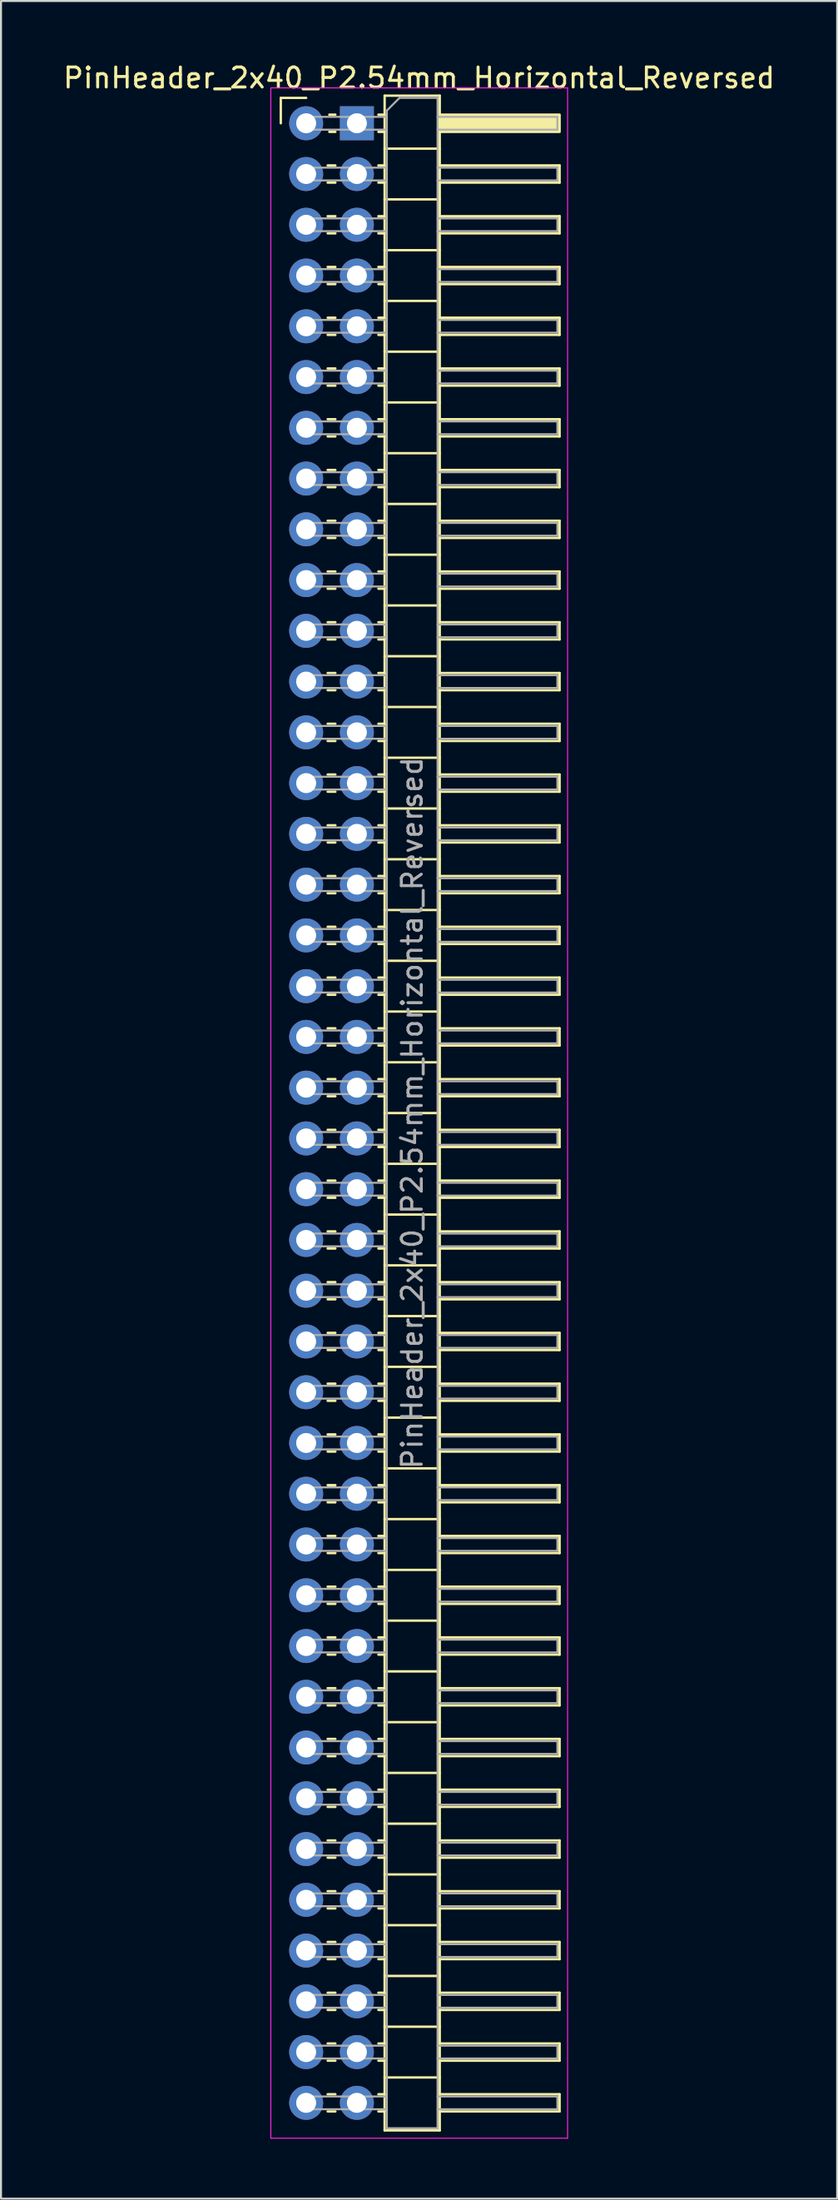
<source format=kicad_pcb>
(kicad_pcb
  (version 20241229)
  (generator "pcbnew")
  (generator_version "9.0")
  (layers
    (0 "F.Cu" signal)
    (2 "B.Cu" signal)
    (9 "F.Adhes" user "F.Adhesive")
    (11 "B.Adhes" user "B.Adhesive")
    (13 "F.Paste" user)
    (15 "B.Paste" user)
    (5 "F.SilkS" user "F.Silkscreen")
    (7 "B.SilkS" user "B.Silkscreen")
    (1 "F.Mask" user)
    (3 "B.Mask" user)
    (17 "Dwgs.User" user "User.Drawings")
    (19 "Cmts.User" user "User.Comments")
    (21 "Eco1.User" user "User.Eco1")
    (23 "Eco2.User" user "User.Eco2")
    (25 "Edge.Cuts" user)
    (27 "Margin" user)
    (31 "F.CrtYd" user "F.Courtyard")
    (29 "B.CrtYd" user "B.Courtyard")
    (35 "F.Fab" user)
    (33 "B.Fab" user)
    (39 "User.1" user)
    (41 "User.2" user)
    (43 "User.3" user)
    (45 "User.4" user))
  (footprint "PinHeader_2x40_P2.54mm_Horizontal_Reversed"
    (layer "F.Cu")
    (at 12.28 3.118)
    (property "Reference" "PinHeader_2x40_P2.54mm_Horizontal_Reversed" (at 5.655 -2.27 0) (layer "F.SilkS") (effects (font (size 1 1) (thickness 0.15))))
    (attr through_hole)
    (fp_line (start -1.27 -1.27) (end 0 -1.27) (stroke (width 0.12) (type solid)) (layer "F.SilkS"))
    (fp_line (start -1.27 0) (end -1.27 -1.27) (stroke (width 0.12) (type solid)) (layer "F.SilkS"))
    (fp_line (start 1.077 2.11) (end 1.463 2.11) (stroke (width 0.12) (type solid)) (layer "F.SilkS"))
    (fp_line (start 1.077 2.97) (end 1.463 2.97) (stroke (width 0.12) (type solid)) (layer "F.SilkS"))
    (fp_line (start 1.077 4.65) (end 1.463 4.65) (stroke (width 0.12) (type solid)) (layer "F.SilkS"))
    (fp_line (start 1.077 5.51) (end 1.463 5.51) (stroke (width 0.12) (type solid)) (layer "F.SilkS"))
    (fp_line (start 1.077 7.19) (end 1.463 7.19) (stroke (width 0.12) (type solid)) (layer "F.SilkS"))
    (fp_line (start 1.077 8.05) (end 1.463 8.05) (stroke (width 0.12) (type solid)) (layer "F.SilkS"))
    (fp_line (start 1.077 9.73) (end 1.463 9.73) (stroke (width 0.12) (type solid)) (layer "F.SilkS"))
    (fp_line (start 1.077 10.59) (end 1.463 10.59) (stroke (width 0.12) (type solid)) (layer "F.SilkS"))
    (fp_line (start 1.077 12.27) (end 1.463 12.27) (stroke (width 0.12) (type solid)) (layer "F.SilkS"))
    (fp_line (start 1.077 13.13) (end 1.463 13.13) (stroke (width 0.12) (type solid)) (layer "F.SilkS"))
    (fp_line (start 1.077 14.81) (end 1.463 14.81) (stroke (width 0.12) (type solid)) (layer "F.SilkS"))
    (fp_line (start 1.077 15.67) (end 1.463 15.67) (stroke (width 0.12) (type solid)) (layer "F.SilkS"))
    (fp_line (start 1.077 17.35) (end 1.463 17.35) (stroke (width 0.12) (type solid)) (layer "F.SilkS"))
    (fp_line (start 1.077 18.21) (end 1.463 18.21) (stroke (width 0.12) (type solid)) (layer "F.SilkS"))
    (fp_line (start 1.077 19.89) (end 1.463 19.89) (stroke (width 0.12) (type solid)) (layer "F.SilkS"))
    (fp_line (start 1.077 20.75) (end 1.463 20.75) (stroke (width 0.12) (type solid)) (layer "F.SilkS"))
    (fp_line (start 1.077 22.43) (end 1.463 22.43) (stroke (width 0.12) (type solid)) (layer "F.SilkS"))
    (fp_line (start 1.077 23.29) (end 1.463 23.29) (stroke (width 0.12) (type solid)) (layer "F.SilkS"))
    (fp_line (start 1.077 24.97) (end 1.463 24.97) (stroke (width 0.12) (type solid)) (layer "F.SilkS"))
    (fp_line (start 1.077 25.83) (end 1.463 25.83) (stroke (width 0.12) (type solid)) (layer "F.SilkS"))
    (fp_line (start 1.077 27.51) (end 1.463 27.51) (stroke (width 0.12) (type solid)) (layer "F.SilkS"))
    (fp_line (start 1.077 28.37) (end 1.463 28.37) (stroke (width 0.12) (type solid)) (layer "F.SilkS"))
    (fp_line (start 1.077 30.05) (end 1.463 30.05) (stroke (width 0.12) (type solid)) (layer "F.SilkS"))
    (fp_line (start 1.077 30.91) (end 1.463 30.91) (stroke (width 0.12) (type solid)) (layer "F.SilkS"))
    (fp_line (start 1.077 32.59) (end 1.463 32.59) (stroke (width 0.12) (type solid)) (layer "F.SilkS"))
    (fp_line (start 1.077 33.45) (end 1.463 33.45) (stroke (width 0.12) (type solid)) (layer "F.SilkS"))
    (fp_line (start 1.077 35.13) (end 1.463 35.13) (stroke (width 0.12) (type solid)) (layer "F.SilkS"))
    (fp_line (start 1.077 35.99) (end 1.463 35.99) (stroke (width 0.12) (type solid)) (layer "F.SilkS"))
    (fp_line (start 1.077 37.67) (end 1.463 37.67) (stroke (width 0.12) (type solid)) (layer "F.SilkS"))
    (fp_line (start 1.077 38.53) (end 1.463 38.53) (stroke (width 0.12) (type solid)) (layer "F.SilkS"))
    (fp_line (start 1.077 40.21) (end 1.463 40.21) (stroke (width 0.12) (type solid)) (layer "F.SilkS"))
    (fp_line (start 1.077 41.07) (end 1.463 41.07) (stroke (width 0.12) (type solid)) (layer "F.SilkS"))
    (fp_line (start 1.077 42.75) (end 1.463 42.75) (stroke (width 0.12) (type solid)) (layer "F.SilkS"))
    (fp_line (start 1.077 43.61) (end 1.463 43.61) (stroke (width 0.12) (type solid)) (layer "F.SilkS"))
    (fp_line (start 1.077 45.29) (end 1.463 45.29) (stroke (width 0.12) (type solid)) (layer "F.SilkS"))
    (fp_line (start 1.077 46.15) (end 1.463 46.15) (stroke (width 0.12) (type solid)) (layer "F.SilkS"))
    (fp_line (start 1.077 47.83) (end 1.463 47.83) (stroke (width 0.12) (type solid)) (layer "F.SilkS"))
    (fp_line (start 1.077 48.69) (end 1.463 48.69) (stroke (width 0.12) (type solid)) (layer "F.SilkS"))
    (fp_line (start 1.077 50.37) (end 1.463 50.37) (stroke (width 0.12) (type solid)) (layer "F.SilkS"))
    (fp_line (start 1.077 51.23) (end 1.463 51.23) (stroke (width 0.12) (type solid)) (layer "F.SilkS"))
    (fp_line (start 1.077 52.91) (end 1.463 52.91) (stroke (width 0.12) (type solid)) (layer "F.SilkS"))
    (fp_line (start 1.077 53.77) (end 1.463 53.77) (stroke (width 0.12) (type solid)) (layer "F.SilkS"))
    (fp_line (start 1.077 55.45) (end 1.463 55.45) (stroke (width 0.12) (type solid)) (layer "F.SilkS"))
    (fp_line (start 1.077 56.31) (end 1.463 56.31) (stroke (width 0.12) (type solid)) (layer "F.SilkS"))
    (fp_line (start 1.077 57.99) (end 1.463 57.99) (stroke (width 0.12) (type solid)) (layer "F.SilkS"))
    (fp_line (start 1.077 58.85) (end 1.463 58.85) (stroke (width 0.12) (type solid)) (layer "F.SilkS"))
    (fp_line (start 1.077 60.53) (end 1.463 60.53) (stroke (width 0.12) (type solid)) (layer "F.SilkS"))
    (fp_line (start 1.077 61.39) (end 1.463 61.39) (stroke (width 0.12) (type solid)) (layer "F.SilkS"))
    (fp_line (start 1.077 63.07) (end 1.463 63.07) (stroke (width 0.12) (type solid)) (layer "F.SilkS"))
    (fp_line (start 1.077 63.93) (end 1.463 63.93) (stroke (width 0.12) (type solid)) (layer "F.SilkS"))
    (fp_line (start 1.077 65.61) (end 1.463 65.61) (stroke (width 0.12) (type solid)) (layer "F.SilkS"))
    (fp_line (start 1.077 66.47) (end 1.463 66.47) (stroke (width 0.12) (type solid)) (layer "F.SilkS"))
    (fp_line (start 1.077 68.15) (end 1.463 68.15) (stroke (width 0.12) (type solid)) (layer "F.SilkS"))
    (fp_line (start 1.077 69.01) (end 1.463 69.01) (stroke (width 0.12) (type solid)) (layer "F.SilkS"))
    (fp_line (start 1.077 70.69) (end 1.463 70.69) (stroke (width 0.12) (type solid)) (layer "F.SilkS"))
    (fp_line (start 1.077 71.55) (end 1.463 71.55) (stroke (width 0.12) (type solid)) (layer "F.SilkS"))
    (fp_line (start 1.077 73.23) (end 1.463 73.23) (stroke (width 0.12) (type solid)) (layer "F.SilkS"))
    (fp_line (start 1.077 74.09) (end 1.463 74.09) (stroke (width 0.12) (type solid)) (layer "F.SilkS"))
    (fp_line (start 1.077 75.77) (end 1.463 75.77) (stroke (width 0.12) (type solid)) (layer "F.SilkS"))
    (fp_line (start 1.077 76.63) (end 1.463 76.63) (stroke (width 0.12) (type solid)) (layer "F.SilkS"))
    (fp_line (start 1.077 78.31) (end 1.463 78.31) (stroke (width 0.12) (type solid)) (layer "F.SilkS"))
    (fp_line (start 1.077 79.17) (end 1.463 79.17) (stroke (width 0.12) (type solid)) (layer "F.SilkS"))
    (fp_line (start 1.077 80.85) (end 1.463 80.85) (stroke (width 0.12) (type solid)) (layer "F.SilkS"))
    (fp_line (start 1.077 81.71) (end 1.463 81.71) (stroke (width 0.12) (type solid)) (layer "F.SilkS"))
    (fp_line (start 1.077 83.39) (end 1.463 83.39) (stroke (width 0.12) (type solid)) (layer "F.SilkS"))
    (fp_line (start 1.077 84.25) (end 1.463 84.25) (stroke (width 0.12) (type solid)) (layer "F.SilkS"))
    (fp_line (start 1.077 85.93) (end 1.463 85.93) (stroke (width 0.12) (type solid)) (layer "F.SilkS"))
    (fp_line (start 1.077 86.79) (end 1.463 86.79) (stroke (width 0.12) (type solid)) (layer "F.SilkS"))
    (fp_line (start 1.077 88.47) (end 1.463 88.47) (stroke (width 0.12) (type solid)) (layer "F.SilkS"))
    (fp_line (start 1.077 89.33) (end 1.463 89.33) (stroke (width 0.12) (type solid)) (layer "F.SilkS"))
    (fp_line (start 1.077 91.01) (end 1.463 91.01) (stroke (width 0.12) (type solid)) (layer "F.SilkS"))
    (fp_line (start 1.077 91.87) (end 1.463 91.87) (stroke (width 0.12) (type solid)) (layer "F.SilkS"))
    (fp_line (start 1.077 93.55) (end 1.463 93.55) (stroke (width 0.12) (type solid)) (layer "F.SilkS"))
    (fp_line (start 1.077 94.41) (end 1.463 94.41) (stroke (width 0.12) (type solid)) (layer "F.SilkS"))
    (fp_line (start 1.077 96.09) (end 1.463 96.09) (stroke (width 0.12) (type solid)) (layer "F.SilkS"))
    (fp_line (start 1.077 96.95) (end 1.463 96.95) (stroke (width 0.12) (type solid)) (layer "F.SilkS"))
    (fp_line (start 1.077 98.63) (end 1.463 98.63) (stroke (width 0.12) (type solid)) (layer "F.SilkS"))
    (fp_line (start 1.077 99.49) (end 1.463 99.49) (stroke (width 0.12) (type solid)) (layer "F.SilkS"))
    (fp_line (start 1.16 -0.43) (end 1.463 -0.43) (stroke (width 0.12) (type solid)) (layer "F.SilkS"))
    (fp_line (start 1.16 0.43) (end 1.463 0.43) (stroke (width 0.12) (type solid)) (layer "F.SilkS"))
    (fp_line (start 3.617 -0.43) (end 3.93 -0.43) (stroke (width 0.12) (type solid)) (layer "F.SilkS"))
    (fp_line (start 3.617 0.43) (end 3.93 0.43) (stroke (width 0.12) (type solid)) (layer "F.SilkS"))
    (fp_line (start 3.617 2.11) (end 3.93 2.11) (stroke (width 0.12) (type solid)) (layer "F.SilkS"))
    (fp_line (start 3.617 2.97) (end 3.93 2.97) (stroke (width 0.12) (type solid)) (layer "F.SilkS"))
    (fp_line (start 3.617 4.65) (end 3.93 4.65) (stroke (width 0.12) (type solid)) (layer "F.SilkS"))
    (fp_line (start 3.617 5.51) (end 3.93 5.51) (stroke (width 0.12) (type solid)) (layer "F.SilkS"))
    (fp_line (start 3.617 7.19) (end 3.93 7.19) (stroke (width 0.12) (type solid)) (layer "F.SilkS"))
    (fp_line (start 3.617 8.05) (end 3.93 8.05) (stroke (width 0.12) (type solid)) (layer "F.SilkS"))
    (fp_line (start 3.617 9.73) (end 3.93 9.73) (stroke (width 0.12) (type solid)) (layer "F.SilkS"))
    (fp_line (start 3.617 10.59) (end 3.93 10.59) (stroke (width 0.12) (type solid)) (layer "F.SilkS"))
    (fp_line (start 3.617 12.27) (end 3.93 12.27) (stroke (width 0.12) (type solid)) (layer "F.SilkS"))
    (fp_line (start 3.617 13.13) (end 3.93 13.13) (stroke (width 0.12) (type solid)) (layer "F.SilkS"))
    (fp_line (start 3.617 14.81) (end 3.93 14.81) (stroke (width 0.12) (type solid)) (layer "F.SilkS"))
    (fp_line (start 3.617 15.67) (end 3.93 15.67) (stroke (width 0.12) (type solid)) (layer "F.SilkS"))
    (fp_line (start 3.617 17.35) (end 3.93 17.35) (stroke (width 0.12) (type solid)) (layer "F.SilkS"))
    (fp_line (start 3.617 18.21) (end 3.93 18.21) (stroke (width 0.12) (type solid)) (layer "F.SilkS"))
    (fp_line (start 3.617 19.89) (end 3.93 19.89) (stroke (width 0.12) (type solid)) (layer "F.SilkS"))
    (fp_line (start 3.617 20.75) (end 3.93 20.75) (stroke (width 0.12) (type solid)) (layer "F.SilkS"))
    (fp_line (start 3.617 22.43) (end 3.93 22.43) (stroke (width 0.12) (type solid)) (layer "F.SilkS"))
    (fp_line (start 3.617 23.29) (end 3.93 23.29) (stroke (width 0.12) (type solid)) (layer "F.SilkS"))
    (fp_line (start 3.617 24.97) (end 3.93 24.97) (stroke (width 0.12) (type solid)) (layer "F.SilkS"))
    (fp_line (start 3.617 25.83) (end 3.93 25.83) (stroke (width 0.12) (type solid)) (layer "F.SilkS"))
    (fp_line (start 3.617 27.51) (end 3.93 27.51) (stroke (width 0.12) (type solid)) (layer "F.SilkS"))
    (fp_line (start 3.617 28.37) (end 3.93 28.37) (stroke (width 0.12) (type solid)) (layer "F.SilkS"))
    (fp_line (start 3.617 30.05) (end 3.93 30.05) (stroke (width 0.12) (type solid)) (layer "F.SilkS"))
    (fp_line (start 3.617 30.91) (end 3.93 30.91) (stroke (width 0.12) (type solid)) (layer "F.SilkS"))
    (fp_line (start 3.617 32.59) (end 3.93 32.59) (stroke (width 0.12) (type solid)) (layer "F.SilkS"))
    (fp_line (start 3.617 33.45) (end 3.93 33.45) (stroke (width 0.12) (type solid)) (layer "F.SilkS"))
    (fp_line (start 3.617 35.13) (end 3.93 35.13) (stroke (width 0.12) (type solid)) (layer "F.SilkS"))
    (fp_line (start 3.617 35.99) (end 3.93 35.99) (stroke (width 0.12) (type solid)) (layer "F.SilkS"))
    (fp_line (start 3.617 37.67) (end 3.93 37.67) (stroke (width 0.12) (type solid)) (layer "F.SilkS"))
    (fp_line (start 3.617 38.53) (end 3.93 38.53) (stroke (width 0.12) (type solid)) (layer "F.SilkS"))
    (fp_line (start 3.617 40.21) (end 3.93 40.21) (stroke (width 0.12) (type solid)) (layer "F.SilkS"))
    (fp_line (start 3.617 41.07) (end 3.93 41.07) (stroke (width 0.12) (type solid)) (layer "F.SilkS"))
    (fp_line (start 3.617 42.75) (end 3.93 42.75) (stroke (width 0.12) (type solid)) (layer "F.SilkS"))
    (fp_line (start 3.617 43.61) (end 3.93 43.61) (stroke (width 0.12) (type solid)) (layer "F.SilkS"))
    (fp_line (start 3.617 45.29) (end 3.93 45.29) (stroke (width 0.12) (type solid)) (layer "F.SilkS"))
    (fp_line (start 3.617 46.15) (end 3.93 46.15) (stroke (width 0.12) (type solid)) (layer "F.SilkS"))
    (fp_line (start 3.617 47.83) (end 3.93 47.83) (stroke (width 0.12) (type solid)) (layer "F.SilkS"))
    (fp_line (start 3.617 48.69) (end 3.93 48.69) (stroke (width 0.12) (type solid)) (layer "F.SilkS"))
    (fp_line (start 3.617 50.37) (end 3.93 50.37) (stroke (width 0.12) (type solid)) (layer "F.SilkS"))
    (fp_line (start 3.617 51.23) (end 3.93 51.23) (stroke (width 0.12) (type solid)) (layer "F.SilkS"))
    (fp_line (start 3.617 52.91) (end 3.93 52.91) (stroke (width 0.12) (type solid)) (layer "F.SilkS"))
    (fp_line (start 3.617 53.77) (end 3.93 53.77) (stroke (width 0.12) (type solid)) (layer "F.SilkS"))
    (fp_line (start 3.617 55.45) (end 3.93 55.45) (stroke (width 0.12) (type solid)) (layer "F.SilkS"))
    (fp_line (start 3.617 56.31) (end 3.93 56.31) (stroke (width 0.12) (type solid)) (layer "F.SilkS"))
    (fp_line (start 3.617 57.99) (end 3.93 57.99) (stroke (width 0.12) (type solid)) (layer "F.SilkS"))
    (fp_line (start 3.617 58.85) (end 3.93 58.85) (stroke (width 0.12) (type solid)) (layer "F.SilkS"))
    (fp_line (start 3.617 60.53) (end 3.93 60.53) (stroke (width 0.12) (type solid)) (layer "F.SilkS"))
    (fp_line (start 3.617 61.39) (end 3.93 61.39) (stroke (width 0.12) (type solid)) (layer "F.SilkS"))
    (fp_line (start 3.617 63.07) (end 3.93 63.07) (stroke (width 0.12) (type solid)) (layer "F.SilkS"))
    (fp_line (start 3.617 63.93) (end 3.93 63.93) (stroke (width 0.12) (type solid)) (layer "F.SilkS"))
    (fp_line (start 3.617 65.61) (end 3.93 65.61) (stroke (width 0.12) (type solid)) (layer "F.SilkS"))
    (fp_line (start 3.617 66.47) (end 3.93 66.47) (stroke (width 0.12) (type solid)) (layer "F.SilkS"))
    (fp_line (start 3.617 68.15) (end 3.93 68.15) (stroke (width 0.12) (type solid)) (layer "F.SilkS"))
    (fp_line (start 3.617 69.01) (end 3.93 69.01) (stroke (width 0.12) (type solid)) (layer "F.SilkS"))
    (fp_line (start 3.617 70.69) (end 3.93 70.69) (stroke (width 0.12) (type solid)) (layer "F.SilkS"))
    (fp_line (start 3.617 71.55) (end 3.93 71.55) (stroke (width 0.12) (type solid)) (layer "F.SilkS"))
    (fp_line (start 3.617 73.23) (end 3.93 73.23) (stroke (width 0.12) (type solid)) (layer "F.SilkS"))
    (fp_line (start 3.617 74.09) (end 3.93 74.09) (stroke (width 0.12) (type solid)) (layer "F.SilkS"))
    (fp_line (start 3.617 75.77) (end 3.93 75.77) (stroke (width 0.12) (type solid)) (layer "F.SilkS"))
    (fp_line (start 3.617 76.63) (end 3.93 76.63) (stroke (width 0.12) (type solid)) (layer "F.SilkS"))
    (fp_line (start 3.617 78.31) (end 3.93 78.31) (stroke (width 0.12) (type solid)) (layer "F.SilkS"))
    (fp_line (start 3.617 79.17) (end 3.93 79.17) (stroke (width 0.12) (type solid)) (layer "F.SilkS"))
    (fp_line (start 3.617 80.85) (end 3.93 80.85) (stroke (width 0.12) (type solid)) (layer "F.SilkS"))
    (fp_line (start 3.617 81.71) (end 3.93 81.71) (stroke (width 0.12) (type solid)) (layer "F.SilkS"))
    (fp_line (start 3.617 83.39) (end 3.93 83.39) (stroke (width 0.12) (type solid)) (layer "F.SilkS"))
    (fp_line (start 3.617 84.25) (end 3.93 84.25) (stroke (width 0.12) (type solid)) (layer "F.SilkS"))
    (fp_line (start 3.617 85.93) (end 3.93 85.93) (stroke (width 0.12) (type solid)) (layer "F.SilkS"))
    (fp_line (start 3.617 86.79) (end 3.93 86.79) (stroke (width 0.12) (type solid)) (layer "F.SilkS"))
    (fp_line (start 3.617 88.47) (end 3.93 88.47) (stroke (width 0.12) (type solid)) (layer "F.SilkS"))
    (fp_line (start 3.617 89.33) (end 3.93 89.33) (stroke (width 0.12) (type solid)) (layer "F.SilkS"))
    (fp_line (start 3.617 91.01) (end 3.93 91.01) (stroke (width 0.12) (type solid)) (layer "F.SilkS"))
    (fp_line (start 3.617 91.87) (end 3.93 91.87) (stroke (width 0.12) (type solid)) (layer "F.SilkS"))
    (fp_line (start 3.617 93.55) (end 3.93 93.55) (stroke (width 0.12) (type solid)) (layer "F.SilkS"))
    (fp_line (start 3.617 94.41) (end 3.93 94.41) (stroke (width 0.12) (type solid)) (layer "F.SilkS"))
    (fp_line (start 3.617 96.09) (end 3.93 96.09) (stroke (width 0.12) (type solid)) (layer "F.SilkS"))
    (fp_line (start 3.617 96.95) (end 3.93 96.95) (stroke (width 0.12) (type solid)) (layer "F.SilkS"))
    (fp_line (start 3.617 98.63) (end 3.93 98.63) (stroke (width 0.12) (type solid)) (layer "F.SilkS"))
    (fp_line (start 3.617 99.49) (end 3.93 99.49) (stroke (width 0.12) (type solid)) (layer "F.SilkS"))
    (fp_line (start 3.93 -1.38) (end 3.93 100.44) (stroke (width 0.12) (type solid)) (layer "F.SilkS"))
    (fp_line (start 3.93 1.27) (end 6.69 1.27) (stroke (width 0.12) (type solid)) (layer "F.SilkS"))
    (fp_line (start 3.93 3.81) (end 6.69 3.81) (stroke (width 0.12) (type solid)) (layer "F.SilkS"))
    (fp_line (start 3.93 6.35) (end 6.69 6.35) (stroke (width 0.12) (type solid)) (layer "F.SilkS"))
    (fp_line (start 3.93 8.89) (end 6.69 8.89) (stroke (width 0.12) (type solid)) (layer "F.SilkS"))
    (fp_line (start 3.93 11.43) (end 6.69 11.43) (stroke (width 0.12) (type solid)) (layer "F.SilkS"))
    (fp_line (start 3.93 13.97) (end 6.69 13.97) (stroke (width 0.12) (type solid)) (layer "F.SilkS"))
    (fp_line (start 3.93 16.51) (end 6.69 16.51) (stroke (width 0.12) (type solid)) (layer "F.SilkS"))
    (fp_line (start 3.93 19.05) (end 6.69 19.05) (stroke (width 0.12) (type solid)) (layer "F.SilkS"))
    (fp_line (start 3.93 21.59) (end 6.69 21.59) (stroke (width 0.12) (type solid)) (layer "F.SilkS"))
    (fp_line (start 3.93 24.13) (end 6.69 24.13) (stroke (width 0.12) (type solid)) (layer "F.SilkS"))
    (fp_line (start 3.93 26.67) (end 6.69 26.67) (stroke (width 0.12) (type solid)) (layer "F.SilkS"))
    (fp_line (start 3.93 29.21) (end 6.69 29.21) (stroke (width 0.12) (type solid)) (layer "F.SilkS"))
    (fp_line (start 3.93 31.75) (end 6.69 31.75) (stroke (width 0.12) (type solid)) (layer "F.SilkS"))
    (fp_line (start 3.93 34.29) (end 6.69 34.29) (stroke (width 0.12) (type solid)) (layer "F.SilkS"))
    (fp_line (start 3.93 36.83) (end 6.69 36.83) (stroke (width 0.12) (type solid)) (layer "F.SilkS"))
    (fp_line (start 3.93 39.37) (end 6.69 39.37) (stroke (width 0.12) (type solid)) (layer "F.SilkS"))
    (fp_line (start 3.93 41.91) (end 6.69 41.91) (stroke (width 0.12) (type solid)) (layer "F.SilkS"))
    (fp_line (start 3.93 44.45) (end 6.69 44.45) (stroke (width 0.12) (type solid)) (layer "F.SilkS"))
    (fp_line (start 3.93 46.99) (end 6.69 46.99) (stroke (width 0.12) (type solid)) (layer "F.SilkS"))
    (fp_line (start 3.93 49.53) (end 6.69 49.53) (stroke (width 0.12) (type solid)) (layer "F.SilkS"))
    (fp_line (start 3.93 52.07) (end 6.69 52.07) (stroke (width 0.12) (type solid)) (layer "F.SilkS"))
    (fp_line (start 3.93 54.61) (end 6.69 54.61) (stroke (width 0.12) (type solid)) (layer "F.SilkS"))
    (fp_line (start 3.93 57.15) (end 6.69 57.15) (stroke (width 0.12) (type solid)) (layer "F.SilkS"))
    (fp_line (start 3.93 59.69) (end 6.69 59.69) (stroke (width 0.12) (type solid)) (layer "F.SilkS"))
    (fp_line (start 3.93 62.23) (end 6.69 62.23) (stroke (width 0.12) (type solid)) (layer "F.SilkS"))
    (fp_line (start 3.93 64.77) (end 6.69 64.77) (stroke (width 0.12) (type solid)) (layer "F.SilkS"))
    (fp_line (start 3.93 67.31) (end 6.69 67.31) (stroke (width 0.12) (type solid)) (layer "F.SilkS"))
    (fp_line (start 3.93 69.85) (end 6.69 69.85) (stroke (width 0.12) (type solid)) (layer "F.SilkS"))
    (fp_line (start 3.93 72.39) (end 6.69 72.39) (stroke (width 0.12) (type solid)) (layer "F.SilkS"))
    (fp_line (start 3.93 74.93) (end 6.69 74.93) (stroke (width 0.12) (type solid)) (layer "F.SilkS"))
    (fp_line (start 3.93 77.47) (end 6.69 77.47) (stroke (width 0.12) (type solid)) (layer "F.SilkS"))
    (fp_line (start 3.93 80.01) (end 6.69 80.01) (stroke (width 0.12) (type solid)) (layer "F.SilkS"))
    (fp_line (start 3.93 82.55) (end 6.69 82.55) (stroke (width 0.12) (type solid)) (layer "F.SilkS"))
    (fp_line (start 3.93 85.09) (end 6.69 85.09) (stroke (width 0.12) (type solid)) (layer "F.SilkS"))
    (fp_line (start 3.93 87.63) (end 6.69 87.63) (stroke (width 0.12) (type solid)) (layer "F.SilkS"))
    (fp_line (start 3.93 90.17) (end 6.69 90.17) (stroke (width 0.12) (type solid)) (layer "F.SilkS"))
    (fp_line (start 3.93 92.71) (end 6.69 92.71) (stroke (width 0.12) (type solid)) (layer "F.SilkS"))
    (fp_line (start 3.93 95.25) (end 6.69 95.25) (stroke (width 0.12) (type solid)) (layer "F.SilkS"))
    (fp_line (start 3.93 97.79) (end 6.69 97.79) (stroke (width 0.12) (type solid)) (layer "F.SilkS"))
    (fp_line (start 3.93 100.44) (end 6.69 100.44) (stroke (width 0.12) (type solid)) (layer "F.SilkS"))
    (fp_line (start 6.69 -1.38) (end 3.93 -1.38) (stroke (width 0.12) (type solid)) (layer "F.SilkS"))
    (fp_line (start 6.69 2.11) (end 12.69 2.11) (stroke (width 0.12) (type solid)) (layer "F.SilkS"))
    (fp_line (start 6.69 4.65) (end 12.69 4.65) (stroke (width 0.12) (type solid)) (layer "F.SilkS"))
    (fp_line (start 6.69 7.19) (end 12.69 7.19) (stroke (width 0.12) (type solid)) (layer "F.SilkS"))
    (fp_line (start 6.69 9.73) (end 12.69 9.73) (stroke (width 0.12) (type solid)) (layer "F.SilkS"))
    (fp_line (start 6.69 12.27) (end 12.69 12.27) (stroke (width 0.12) (type solid)) (layer "F.SilkS"))
    (fp_line (start 6.69 14.81) (end 12.69 14.81) (stroke (width 0.12) (type solid)) (layer "F.SilkS"))
    (fp_line (start 6.69 17.35) (end 12.69 17.35) (stroke (width 0.12) (type solid)) (layer "F.SilkS"))
    (fp_line (start 6.69 19.89) (end 12.69 19.89) (stroke (width 0.12) (type solid)) (layer "F.SilkS"))
    (fp_line (start 6.69 22.43) (end 12.69 22.43) (stroke (width 0.12) (type solid)) (layer "F.SilkS"))
    (fp_line (start 6.69 24.97) (end 12.69 24.97) (stroke (width 0.12) (type solid)) (layer "F.SilkS"))
    (fp_line (start 6.69 27.51) (end 12.69 27.51) (stroke (width 0.12) (type solid)) (layer "F.SilkS"))
    (fp_line (start 6.69 30.05) (end 12.69 30.05) (stroke (width 0.12) (type solid)) (layer "F.SilkS"))
    (fp_line (start 6.69 32.59) (end 12.69 32.59) (stroke (width 0.12) (type solid)) (layer "F.SilkS"))
    (fp_line (start 6.69 35.13) (end 12.69 35.13) (stroke (width 0.12) (type solid)) (layer "F.SilkS"))
    (fp_line (start 6.69 37.67) (end 12.69 37.67) (stroke (width 0.12) (type solid)) (layer "F.SilkS"))
    (fp_line (start 6.69 40.21) (end 12.69 40.21) (stroke (width 0.12) (type solid)) (layer "F.SilkS"))
    (fp_line (start 6.69 42.75) (end 12.69 42.75) (stroke (width 0.12) (type solid)) (layer "F.SilkS"))
    (fp_line (start 6.69 45.29) (end 12.69 45.29) (stroke (width 0.12) (type solid)) (layer "F.SilkS"))
    (fp_line (start 6.69 47.83) (end 12.69 47.83) (stroke (width 0.12) (type solid)) (layer "F.SilkS"))
    (fp_line (start 6.69 50.37) (end 12.69 50.37) (stroke (width 0.12) (type solid)) (layer "F.SilkS"))
    (fp_line (start 6.69 52.91) (end 12.69 52.91) (stroke (width 0.12) (type solid)) (layer "F.SilkS"))
    (fp_line (start 6.69 55.45) (end 12.69 55.45) (stroke (width 0.12) (type solid)) (layer "F.SilkS"))
    (fp_line (start 6.69 57.99) (end 12.69 57.99) (stroke (width 0.12) (type solid)) (layer "F.SilkS"))
    (fp_line (start 6.69 60.53) (end 12.69 60.53) (stroke (width 0.12) (type solid)) (layer "F.SilkS"))
    (fp_line (start 6.69 63.07) (end 12.69 63.07) (stroke (width 0.12) (type solid)) (layer "F.SilkS"))
    (fp_line (start 6.69 65.61) (end 12.69 65.61) (stroke (width 0.12) (type solid)) (layer "F.SilkS"))
    (fp_line (start 6.69 68.15) (end 12.69 68.15) (stroke (width 0.12) (type solid)) (layer "F.SilkS"))
    (fp_line (start 6.69 70.69) (end 12.69 70.69) (stroke (width 0.12) (type solid)) (layer "F.SilkS"))
    (fp_line (start 6.69 73.23) (end 12.69 73.23) (stroke (width 0.12) (type solid)) (layer "F.SilkS"))
    (fp_line (start 6.69 75.77) (end 12.69 75.77) (stroke (width 0.12) (type solid)) (layer "F.SilkS"))
    (fp_line (start 6.69 78.31) (end 12.69 78.31) (stroke (width 0.12) (type solid)) (layer "F.SilkS"))
    (fp_line (start 6.69 80.85) (end 12.69 80.85) (stroke (width 0.12) (type solid)) (layer "F.SilkS"))
    (fp_line (start 6.69 83.39) (end 12.69 83.39) (stroke (width 0.12) (type solid)) (layer "F.SilkS"))
    (fp_line (start 6.69 85.93) (end 12.69 85.93) (stroke (width 0.12) (type solid)) (layer "F.SilkS"))
    (fp_line (start 6.69 88.47) (end 12.69 88.47) (stroke (width 0.12) (type solid)) (layer "F.SilkS"))
    (fp_line (start 6.69 91.01) (end 12.69 91.01) (stroke (width 0.12) (type solid)) (layer "F.SilkS"))
    (fp_line (start 6.69 93.55) (end 12.69 93.55) (stroke (width 0.12) (type solid)) (layer "F.SilkS"))
    (fp_line (start 6.69 96.09) (end 12.69 96.09) (stroke (width 0.12) (type solid)) (layer "F.SilkS"))
    (fp_line (start 6.69 98.63) (end 12.69 98.63) (stroke (width 0.12) (type solid)) (layer "F.SilkS"))
    (fp_line (start 6.69 100.44) (end 6.69 -1.38) (stroke (width 0.12) (type solid)) (layer "F.SilkS"))
    (fp_line (start 12.69 2.11) (end 12.69 2.97) (stroke (width 0.12) (type solid)) (layer "F.SilkS"))
    (fp_line (start 12.69 2.97) (end 6.69 2.97) (stroke (width 0.12) (type solid)) (layer "F.SilkS"))
    (fp_line (start 12.69 4.65) (end 12.69 5.51) (stroke (width 0.12) (type solid)) (layer "F.SilkS"))
    (fp_line (start 12.69 5.51) (end 6.69 5.51) (stroke (width 0.12) (type solid)) (layer "F.SilkS"))
    (fp_line (start 12.69 7.19) (end 12.69 8.05) (stroke (width 0.12) (type solid)) (layer "F.SilkS"))
    (fp_line (start 12.69 8.05) (end 6.69 8.05) (stroke (width 0.12) (type solid)) (layer "F.SilkS"))
    (fp_line (start 12.69 9.73) (end 12.69 10.59) (stroke (width 0.12) (type solid)) (layer "F.SilkS"))
    (fp_line (start 12.69 10.59) (end 6.69 10.59) (stroke (width 0.12) (type solid)) (layer "F.SilkS"))
    (fp_line (start 12.69 12.27) (end 12.69 13.13) (stroke (width 0.12) (type solid)) (layer "F.SilkS"))
    (fp_line (start 12.69 13.13) (end 6.69 13.13) (stroke (width 0.12) (type solid)) (layer "F.SilkS"))
    (fp_line (start 12.69 14.81) (end 12.69 15.67) (stroke (width 0.12) (type solid)) (layer "F.SilkS"))
    (fp_line (start 12.69 15.67) (end 6.69 15.67) (stroke (width 0.12) (type solid)) (layer "F.SilkS"))
    (fp_line (start 12.69 17.35) (end 12.69 18.21) (stroke (width 0.12) (type solid)) (layer "F.SilkS"))
    (fp_line (start 12.69 18.21) (end 6.69 18.21) (stroke (width 0.12) (type solid)) (layer "F.SilkS"))
    (fp_line (start 12.69 19.89) (end 12.69 20.75) (stroke (width 0.12) (type solid)) (layer "F.SilkS"))
    (fp_line (start 12.69 20.75) (end 6.69 20.75) (stroke (width 0.12) (type solid)) (layer "F.SilkS"))
    (fp_line (start 12.69 22.43) (end 12.69 23.29) (stroke (width 0.12) (type solid)) (layer "F.SilkS"))
    (fp_line (start 12.69 23.29) (end 6.69 23.29) (stroke (width 0.12) (type solid)) (layer "F.SilkS"))
    (fp_line (start 12.69 24.97) (end 12.69 25.83) (stroke (width 0.12) (type solid)) (layer "F.SilkS"))
    (fp_line (start 12.69 25.83) (end 6.69 25.83) (stroke (width 0.12) (type solid)) (layer "F.SilkS"))
    (fp_line (start 12.69 27.51) (end 12.69 28.37) (stroke (width 0.12) (type solid)) (layer "F.SilkS"))
    (fp_line (start 12.69 28.37) (end 6.69 28.37) (stroke (width 0.12) (type solid)) (layer "F.SilkS"))
    (fp_line (start 12.69 30.05) (end 12.69 30.91) (stroke (width 0.12) (type solid)) (layer "F.SilkS"))
    (fp_line (start 12.69 30.91) (end 6.69 30.91) (stroke (width 0.12) (type solid)) (layer "F.SilkS"))
    (fp_line (start 12.69 32.59) (end 12.69 33.45) (stroke (width 0.12) (type solid)) (layer "F.SilkS"))
    (fp_line (start 12.69 33.45) (end 6.69 33.45) (stroke (width 0.12) (type solid)) (layer "F.SilkS"))
    (fp_line (start 12.69 35.13) (end 12.69 35.99) (stroke (width 0.12) (type solid)) (layer "F.SilkS"))
    (fp_line (start 12.69 35.99) (end 6.69 35.99) (stroke (width 0.12) (type solid)) (layer "F.SilkS"))
    (fp_line (start 12.69 37.67) (end 12.69 38.53) (stroke (width 0.12) (type solid)) (layer "F.SilkS"))
    (fp_line (start 12.69 38.53) (end 6.69 38.53) (stroke (width 0.12) (type solid)) (layer "F.SilkS"))
    (fp_line (start 12.69 40.21) (end 12.69 41.07) (stroke (width 0.12) (type solid)) (layer "F.SilkS"))
    (fp_line (start 12.69 41.07) (end 6.69 41.07) (stroke (width 0.12) (type solid)) (layer "F.SilkS"))
    (fp_line (start 12.69 42.75) (end 12.69 43.61) (stroke (width 0.12) (type solid)) (layer "F.SilkS"))
    (fp_line (start 12.69 43.61) (end 6.69 43.61) (stroke (width 0.12) (type solid)) (layer "F.SilkS"))
    (fp_line (start 12.69 45.29) (end 12.69 46.15) (stroke (width 0.12) (type solid)) (layer "F.SilkS"))
    (fp_line (start 12.69 46.15) (end 6.69 46.15) (stroke (width 0.12) (type solid)) (layer "F.SilkS"))
    (fp_line (start 12.69 47.83) (end 12.69 48.69) (stroke (width 0.12) (type solid)) (layer "F.SilkS"))
    (fp_line (start 12.69 48.69) (end 6.69 48.69) (stroke (width 0.12) (type solid)) (layer "F.SilkS"))
    (fp_line (start 12.69 50.37) (end 12.69 51.23) (stroke (width 0.12) (type solid)) (layer "F.SilkS"))
    (fp_line (start 12.69 51.23) (end 6.69 51.23) (stroke (width 0.12) (type solid)) (layer "F.SilkS"))
    (fp_line (start 12.69 52.91) (end 12.69 53.77) (stroke (width 0.12) (type solid)) (layer "F.SilkS"))
    (fp_line (start 12.69 53.77) (end 6.69 53.77) (stroke (width 0.12) (type solid)) (layer "F.SilkS"))
    (fp_line (start 12.69 55.45) (end 12.69 56.31) (stroke (width 0.12) (type solid)) (layer "F.SilkS"))
    (fp_line (start 12.69 56.31) (end 6.69 56.31) (stroke (width 0.12) (type solid)) (layer "F.SilkS"))
    (fp_line (start 12.69 57.99) (end 12.69 58.85) (stroke (width 0.12) (type solid)) (layer "F.SilkS"))
    (fp_line (start 12.69 58.85) (end 6.69 58.85) (stroke (width 0.12) (type solid)) (layer "F.SilkS"))
    (fp_line (start 12.69 60.53) (end 12.69 61.39) (stroke (width 0.12) (type solid)) (layer "F.SilkS"))
    (fp_line (start 12.69 61.39) (end 6.69 61.39) (stroke (width 0.12) (type solid)) (layer "F.SilkS"))
    (fp_line (start 12.69 63.07) (end 12.69 63.93) (stroke (width 0.12) (type solid)) (layer "F.SilkS"))
    (fp_line (start 12.69 63.93) (end 6.69 63.93) (stroke (width 0.12) (type solid)) (layer "F.SilkS"))
    (fp_line (start 12.69 65.61) (end 12.69 66.47) (stroke (width 0.12) (type solid)) (layer "F.SilkS"))
    (fp_line (start 12.69 66.47) (end 6.69 66.47) (stroke (width 0.12) (type solid)) (layer "F.SilkS"))
    (fp_line (start 12.69 68.15) (end 12.69 69.01) (stroke (width 0.12) (type solid)) (layer "F.SilkS"))
    (fp_line (start 12.69 69.01) (end 6.69 69.01) (stroke (width 0.12) (type solid)) (layer "F.SilkS"))
    (fp_line (start 12.69 70.69) (end 12.69 71.55) (stroke (width 0.12) (type solid)) (layer "F.SilkS"))
    (fp_line (start 12.69 71.55) (end 6.69 71.55) (stroke (width 0.12) (type solid)) (layer "F.SilkS"))
    (fp_line (start 12.69 73.23) (end 12.69 74.09) (stroke (width 0.12) (type solid)) (layer "F.SilkS"))
    (fp_line (start 12.69 74.09) (end 6.69 74.09) (stroke (width 0.12) (type solid)) (layer "F.SilkS"))
    (fp_line (start 12.69 75.77) (end 12.69 76.63) (stroke (width 0.12) (type solid)) (layer "F.SilkS"))
    (fp_line (start 12.69 76.63) (end 6.69 76.63) (stroke (width 0.12) (type solid)) (layer "F.SilkS"))
    (fp_line (start 12.69 78.31) (end 12.69 79.17) (stroke (width 0.12) (type solid)) (layer "F.SilkS"))
    (fp_line (start 12.69 79.17) (end 6.69 79.17) (stroke (width 0.12) (type solid)) (layer "F.SilkS"))
    (fp_line (start 12.69 80.85) (end 12.69 81.71) (stroke (width 0.12) (type solid)) (layer "F.SilkS"))
    (fp_line (start 12.69 81.71) (end 6.69 81.71) (stroke (width 0.12) (type solid)) (layer "F.SilkS"))
    (fp_line (start 12.69 83.39) (end 12.69 84.25) (stroke (width 0.12) (type solid)) (layer "F.SilkS"))
    (fp_line (start 12.69 84.25) (end 6.69 84.25) (stroke (width 0.12) (type solid)) (layer "F.SilkS"))
    (fp_line (start 12.69 85.93) (end 12.69 86.79) (stroke (width 0.12) (type solid)) (layer "F.SilkS"))
    (fp_line (start 12.69 86.79) (end 6.69 86.79) (stroke (width 0.12) (type solid)) (layer "F.SilkS"))
    (fp_line (start 12.69 88.47) (end 12.69 89.33) (stroke (width 0.12) (type solid)) (layer "F.SilkS"))
    (fp_line (start 12.69 89.33) (end 6.69 89.33) (stroke (width 0.12) (type solid)) (layer "F.SilkS"))
    (fp_line (start 12.69 91.01) (end 12.69 91.87) (stroke (width 0.12) (type solid)) (layer "F.SilkS"))
    (fp_line (start 12.69 91.87) (end 6.69 91.87) (stroke (width 0.12) (type solid)) (layer "F.SilkS"))
    (fp_line (start 12.69 93.55) (end 12.69 94.41) (stroke (width 0.12) (type solid)) (layer "F.SilkS"))
    (fp_line (start 12.69 94.41) (end 6.69 94.41) (stroke (width 0.12) (type solid)) (layer "F.SilkS"))
    (fp_line (start 12.69 96.09) (end 12.69 96.95) (stroke (width 0.12) (type solid)) (layer "F.SilkS"))
    (fp_line (start 12.69 96.95) (end 6.69 96.95) (stroke (width 0.12) (type solid)) (layer "F.SilkS"))
    (fp_line (start 12.69 98.63) (end 12.69 99.49) (stroke (width 0.12) (type solid)) (layer "F.SilkS"))
    (fp_line (start 12.69 99.49) (end 6.69 99.49) (stroke (width 0.12) (type solid)) (layer "F.SilkS"))
    (fp_rect (start 6.69 -0.43) (end 12.69 0.43) (stroke (width 0.12) (type solid)) (fill yes) (layer "F.SilkS"))
    (fp_line (start -1.77 -1.77) (end -1.77 100.83) (stroke (width 0.05) (type solid)) (layer "F.CrtYd"))
    (fp_line (start -1.77 100.83) (end 13.09 100.83) (stroke (width 0.05) (type solid)) (layer "F.CrtYd"))
    (fp_line (start 13.09 -1.77) (end -1.77 -1.77) (stroke (width 0.05) (type solid)) (layer "F.CrtYd"))
    (fp_line (start 13.09 100.83) (end 13.09 -1.77) (stroke (width 0.05) (type solid)) (layer "F.CrtYd"))
    (fp_line (start -0.32 -0.32) (end -0.32 0.32) (stroke (width 0.1) (type solid)) (layer "F.Fab"))
    (fp_line (start -0.32 -0.32) (end 4.04 -0.32) (stroke (width 0.1) (type solid)) (layer "F.Fab"))
    (fp_line (start -0.32 0.32) (end 4.04 0.32) (stroke (width 0.1) (type solid)) (layer "F.Fab"))
    (fp_line (start -0.32 2.22) (end -0.32 2.86) (stroke (width 0.1) (type solid)) (layer "F.Fab"))
    (fp_line (start -0.32 2.22) (end 4.04 2.22) (stroke (width 0.1) (type solid)) (layer "F.Fab"))
    (fp_line (start -0.32 2.86) (end 4.04 2.86) (stroke (width 0.1) (type solid)) (layer "F.Fab"))
    (fp_line (start -0.32 4.76) (end -0.32 5.4) (stroke (width 0.1) (type solid)) (layer "F.Fab"))
    (fp_line (start -0.32 4.76) (end 4.04 4.76) (stroke (width 0.1) (type solid)) (layer "F.Fab"))
    (fp_line (start -0.32 5.4) (end 4.04 5.4) (stroke (width 0.1) (type solid)) (layer "F.Fab"))
    (fp_line (start -0.32 7.3) (end -0.32 7.94) (stroke (width 0.1) (type solid)) (layer "F.Fab"))
    (fp_line (start -0.32 7.3) (end 4.04 7.3) (stroke (width 0.1) (type solid)) (layer "F.Fab"))
    (fp_line (start -0.32 7.94) (end 4.04 7.94) (stroke (width 0.1) (type solid)) (layer "F.Fab"))
    (fp_line (start -0.32 9.84) (end -0.32 10.48) (stroke (width 0.1) (type solid)) (layer "F.Fab"))
    (fp_line (start -0.32 9.84) (end 4.04 9.84) (stroke (width 0.1) (type solid)) (layer "F.Fab"))
    (fp_line (start -0.32 10.48) (end 4.04 10.48) (stroke (width 0.1) (type solid)) (layer "F.Fab"))
    (fp_line (start -0.32 12.38) (end -0.32 13.02) (stroke (width 0.1) (type solid)) (layer "F.Fab"))
    (fp_line (start -0.32 12.38) (end 4.04 12.38) (stroke (width 0.1) (type solid)) (layer "F.Fab"))
    (fp_line (start -0.32 13.02) (end 4.04 13.02) (stroke (width 0.1) (type solid)) (layer "F.Fab"))
    (fp_line (start -0.32 14.92) (end -0.32 15.56) (stroke (width 0.1) (type solid)) (layer "F.Fab"))
    (fp_line (start -0.32 14.92) (end 4.04 14.92) (stroke (width 0.1) (type solid)) (layer "F.Fab"))
    (fp_line (start -0.32 15.56) (end 4.04 15.56) (stroke (width 0.1) (type solid)) (layer "F.Fab"))
    (fp_line (start -0.32 17.46) (end 4.04 17.46) (stroke (width 0.1) (type solid)) (layer "F.Fab"))
    (fp_line (start -0.32 18.1) (end 4.04 18.1) (stroke (width 0.1) (type solid)) (layer "F.Fab"))
    (fp_line (start -0.32 20) (end -0.32 20.64) (stroke (width 0.1) (type solid)) (layer "F.Fab"))
    (fp_line (start -0.32 20) (end 4.04 20) (stroke (width 0.1) (type solid)) (layer "F.Fab"))
    (fp_line (start -0.32 20.64) (end 4.04 20.64) (stroke (width 0.1) (type solid)) (layer "F.Fab"))
    (fp_line (start -0.32 22.54) (end -0.32 23.18) (stroke (width 0.1) (type solid)) (layer "F.Fab"))
    (fp_line (start -0.32 22.54) (end 4.04 22.54) (stroke (width 0.1) (type solid)) (layer "F.Fab"))
    (fp_line (start -0.32 23.18) (end 4.04 23.18) (stroke (width 0.1) (type solid)) (layer "F.Fab"))
    (fp_line (start -0.32 25.08) (end -0.32 25.72) (stroke (width 0.1) (type solid)) (layer "F.Fab"))
    (fp_line (start -0.32 25.08) (end 4.04 25.08) (stroke (width 0.1) (type solid)) (layer "F.Fab"))
    (fp_line (start -0.32 25.72) (end 4.04 25.72) (stroke (width 0.1) (type solid)) (layer "F.Fab"))
    (fp_line (start -0.32 27.62) (end -0.32 28.26) (stroke (width 0.1) (type solid)) (layer "F.Fab"))
    (fp_line (start -0.32 27.62) (end 4.04 27.62) (stroke (width 0.1) (type solid)) (layer "F.Fab"))
    (fp_line (start -0.32 28.26) (end 4.04 28.26) (stroke (width 0.1) (type solid)) (layer "F.Fab"))
    (fp_line (start -0.32 30.16) (end -0.32 30.8) (stroke (width 0.1) (type solid)) (layer "F.Fab"))
    (fp_line (start -0.32 30.16) (end 4.04 30.16) (stroke (width 0.1) (type solid)) (layer "F.Fab"))
    (fp_line (start -0.32 30.8) (end 4.04 30.8) (stroke (width 0.1) (type solid)) (layer "F.Fab"))
    (fp_line (start -0.32 32.7) (end -0.32 33.34) (stroke (width 0.1) (type solid)) (layer "F.Fab"))
    (fp_line (start -0.32 32.7) (end 4.04 32.7) (stroke (width 0.1) (type solid)) (layer "F.Fab"))
    (fp_line (start -0.32 33.34) (end 4.04 33.34) (stroke (width 0.1) (type solid)) (layer "F.Fab"))
    (fp_line (start -0.32 35.24) (end -0.32 35.88) (stroke (width 0.1) (type solid)) (layer "F.Fab"))
    (fp_line (start -0.32 35.24) (end 4.04 35.24) (stroke (width 0.1) (type solid)) (layer "F.Fab"))
    (fp_line (start -0.32 35.88) (end 4.04 35.88) (stroke (width 0.1) (type solid)) (layer "F.Fab"))
    (fp_line (start -0.32 37.78) (end -0.32 38.42) (stroke (width 0.1) (type solid)) (layer "F.Fab"))
    (fp_line (start -0.32 37.78) (end 4.04 37.78) (stroke (width 0.1) (type solid)) (layer "F.Fab"))
    (fp_line (start -0.32 38.42) (end 4.04 38.42) (stroke (width 0.1) (type solid)) (layer "F.Fab"))
    (fp_line (start -0.32 40.32) (end -0.32 40.96) (stroke (width 0.1) (type solid)) (layer "F.Fab"))
    (fp_line (start -0.32 40.32) (end 4.04 40.32) (stroke (width 0.1) (type solid)) (layer "F.Fab"))
    (fp_line (start -0.32 40.96) (end 4.04 40.96) (stroke (width 0.1) (type solid)) (layer "F.Fab"))
    (fp_line (start -0.32 42.86) (end -0.32 43.5) (stroke (width 0.1) (type solid)) (layer "F.Fab"))
    (fp_line (start -0.32 42.86) (end 4.04 42.86) (stroke (width 0.1) (type solid)) (layer "F.Fab"))
    (fp_line (start -0.32 43.5) (end 4.04 43.5) (stroke (width 0.1) (type solid)) (layer "F.Fab"))
    (fp_line (start -0.32 45.4) (end -0.32 46.04) (stroke (width 0.1) (type solid)) (layer "F.Fab"))
    (fp_line (start -0.32 45.4) (end 4.04 45.4) (stroke (width 0.1) (type solid)) (layer "F.Fab"))
    (fp_line (start -0.32 46.04) (end 4.04 46.04) (stroke (width 0.1) (type solid)) (layer "F.Fab"))
    (fp_line (start -0.32 47.94) (end -0.32 48.58) (stroke (width 0.1) (type solid)) (layer "F.Fab"))
    (fp_line (start -0.32 47.94) (end 4.04 47.94) (stroke (width 0.1) (type solid)) (layer "F.Fab"))
    (fp_line (start -0.32 48.58) (end 4.04 48.58) (stroke (width 0.1) (type solid)) (layer "F.Fab"))
    (fp_line (start -0.32 50.48) (end -0.32 51.12) (stroke (width 0.1) (type solid)) (layer "F.Fab"))
    (fp_line (start -0.32 50.48) (end 4.04 50.48) (stroke (width 0.1) (type solid)) (layer "F.Fab"))
    (fp_line (start -0.32 51.12) (end 4.04 51.12) (stroke (width 0.1) (type solid)) (layer "F.Fab"))
    (fp_line (start -0.32 53.02) (end -0.32 53.66) (stroke (width 0.1) (type solid)) (layer "F.Fab"))
    (fp_line (start -0.32 53.02) (end 4.04 53.02) (stroke (width 0.1) (type solid)) (layer "F.Fab"))
    (fp_line (start -0.32 53.66) (end 4.04 53.66) (stroke (width 0.1) (type solid)) (layer "F.Fab"))
    (fp_line (start -0.32 55.56) (end -0.32 56.2) (stroke (width 0.1) (type solid)) (layer "F.Fab"))
    (fp_line (start -0.32 55.56) (end 4.04 55.56) (stroke (width 0.1) (type solid)) (layer "F.Fab"))
    (fp_line (start -0.32 56.2) (end 4.04 56.2) (stroke (width 0.1) (type solid)) (layer "F.Fab"))
    (fp_line (start -0.32 58.1) (end -0.32 58.74) (stroke (width 0.1) (type solid)) (layer "F.Fab"))
    (fp_line (start -0.32 58.1) (end 4.04 58.1) (stroke (width 0.1) (type solid)) (layer "F.Fab"))
    (fp_line (start -0.32 58.74) (end 4.04 58.74) (stroke (width 0.1) (type solid)) (layer "F.Fab"))
    (fp_line (start -0.32 60.64) (end -0.32 61.28) (stroke (width 0.1) (type solid)) (layer "F.Fab"))
    (fp_line (start -0.32 60.64) (end 4.04 60.64) (stroke (width 0.1) (type solid)) (layer "F.Fab"))
    (fp_line (start -0.32 61.28) (end 4.04 61.28) (stroke (width 0.1) (type solid)) (layer "F.Fab"))
    (fp_line (start -0.32 63.18) (end -0.32 63.82) (stroke (width 0.1) (type solid)) (layer "F.Fab"))
    (fp_line (start -0.32 63.18) (end 4.04 63.18) (stroke (width 0.1) (type solid)) (layer "F.Fab"))
    (fp_line (start -0.32 63.82) (end 4.04 63.82) (stroke (width 0.1) (type solid)) (layer "F.Fab"))
    (fp_line (start -0.32 65.72) (end -0.32 66.36) (stroke (width 0.1) (type solid)) (layer "F.Fab"))
    (fp_line (start -0.32 65.72) (end 4.04 65.72) (stroke (width 0.1) (type solid)) (layer "F.Fab"))
    (fp_line (start -0.32 66.36) (end 4.04 66.36) (stroke (width 0.1) (type solid)) (layer "F.Fab"))
    (fp_line (start -0.32 68.26) (end -0.32 68.9) (stroke (width 0.1) (type solid)) (layer "F.Fab"))
    (fp_line (start -0.32 68.26) (end 4.04 68.26) (stroke (width 0.1) (type solid)) (layer "F.Fab"))
    (fp_line (start -0.32 68.9) (end 4.04 68.9) (stroke (width 0.1) (type solid)) (layer "F.Fab"))
    (fp_line (start -0.32 70.8) (end -0.32 71.44) (stroke (width 0.1) (type solid)) (layer "F.Fab"))
    (fp_line (start -0.32 70.8) (end 4.04 70.8) (stroke (width 0.1) (type solid)) (layer "F.Fab"))
    (fp_line (start -0.32 71.44) (end 4.04 71.44) (stroke (width 0.1) (type solid)) (layer "F.Fab"))
    (fp_line (start -0.32 73.34) (end -0.32 73.98) (stroke (width 0.1) (type solid)) (layer "F.Fab"))
    (fp_line (start -0.32 73.34) (end 4.04 73.34) (stroke (width 0.1) (type solid)) (layer "F.Fab"))
    (fp_line (start -0.32 73.98) (end 4.04 73.98) (stroke (width 0.1) (type solid)) (layer "F.Fab"))
    (fp_line (start -0.32 75.88) (end -0.32 76.52) (stroke (width 0.1) (type solid)) (layer "F.Fab"))
    (fp_line (start -0.32 75.88) (end 4.04 75.88) (stroke (width 0.1) (type solid)) (layer "F.Fab"))
    (fp_line (start -0.32 76.52) (end 4.04 76.52) (stroke (width 0.1) (type solid)) (layer "F.Fab"))
    (fp_line (start -0.32 78.42) (end -0.32 79.06) (stroke (width 0.1) (type solid)) (layer "F.Fab"))
    (fp_line (start -0.32 78.42) (end 4.04 78.42) (stroke (width 0.1) (type solid)) (layer "F.Fab"))
    (fp_line (start -0.32 79.06) (end 4.04 79.06) (stroke (width 0.1) (type solid)) (layer "F.Fab"))
    (fp_line (start -0.32 80.96) (end -0.32 81.6) (stroke (width 0.1) (type solid)) (layer "F.Fab"))
    (fp_line (start -0.32 80.96) (end 4.04 80.96) (stroke (width 0.1) (type solid)) (layer "F.Fab"))
    (fp_line (start -0.32 81.6) (end 4.04 81.6) (stroke (width 0.1) (type solid)) (layer "F.Fab"))
    (fp_line (start -0.32 83.5) (end -0.32 84.14) (stroke (width 0.1) (type solid)) (layer "F.Fab"))
    (fp_line (start -0.32 83.5) (end 4.04 83.5) (stroke (width 0.1) (type solid)) (layer "F.Fab"))
    (fp_line (start -0.32 84.14) (end 4.04 84.14) (stroke (width 0.1) (type solid)) (layer "F.Fab"))
    (fp_line (start -0.32 86.04) (end -0.32 86.68) (stroke (width 0.1) (type solid)) (layer "F.Fab"))
    (fp_line (start -0.32 86.04) (end 4.04 86.04) (stroke (width 0.1) (type solid)) (layer "F.Fab"))
    (fp_line (start -0.32 86.68) (end 4.04 86.68) (stroke (width 0.1) (type solid)) (layer "F.Fab"))
    (fp_line (start -0.32 88.58) (end -0.32 89.22) (stroke (width 0.1) (type solid)) (layer "F.Fab"))
    (fp_line (start -0.32 88.58) (end 4.04 88.58) (stroke (width 0.1) (type solid)) (layer "F.Fab"))
    (fp_line (start -0.32 89.22) (end 4.04 89.22) (stroke (width 0.1) (type solid)) (layer "F.Fab"))
    (fp_line (start -0.32 91.12) (end -0.32 91.76) (stroke (width 0.1) (type solid)) (layer "F.Fab"))
    (fp_line (start -0.32 91.12) (end 4.04 91.12) (stroke (width 0.1) (type solid)) (layer "F.Fab"))
    (fp_line (start -0.32 91.76) (end 4.04 91.76) (stroke (width 0.1) (type solid)) (layer "F.Fab"))
    (fp_line (start -0.32 93.66) (end -0.32 94.3) (stroke (width 0.1) (type solid)) (layer "F.Fab"))
    (fp_line (start -0.32 93.66) (end 4.04 93.66) (stroke (width 0.1) (type solid)) (layer "F.Fab"))
    (fp_line (start -0.32 94.3) (end 4.04 94.3) (stroke (width 0.1) (type solid)) (layer "F.Fab"))
    (fp_line (start -0.32 96.2) (end -0.32 96.84) (stroke (width 0.1) (type solid)) (layer "F.Fab"))
    (fp_line (start -0.32 96.2) (end 4.04 96.2) (stroke (width 0.1) (type solid)) (layer "F.Fab"))
    (fp_line (start -0.32 96.84) (end 4.04 96.84) (stroke (width 0.1) (type solid)) (layer "F.Fab"))
    (fp_line (start -0.32 98.74) (end -0.32 99.38) (stroke (width 0.1) (type solid)) (layer "F.Fab"))
    (fp_line (start -0.32 98.74) (end 4.04 98.74) (stroke (width 0.1) (type solid)) (layer "F.Fab"))
    (fp_line (start -0.32 99.38) (end 4.04 99.38) (stroke (width 0.1) (type solid)) (layer "F.Fab"))
    (fp_line (start 2.86 18.1) (end 2.86 17.46) (stroke (width 0.1) (type solid)) (layer "F.Fab"))
    (fp_line (start 4.04 -0.635) (end 4.675 -1.27) (stroke (width 0.1) (type solid)) (layer "F.Fab"))
    (fp_line (start 4.04 100.33) (end 4.04 -0.635) (stroke (width 0.1) (type solid)) (layer "F.Fab"))
    (fp_line (start 4.675 -1.27) (end 6.58 -1.27) (stroke (width 0.1) (type solid)) (layer "F.Fab"))
    (fp_line (start 6.58 -1.27) (end 6.58 100.33) (stroke (width 0.1) (type solid)) (layer "F.Fab"))
    (fp_line (start 6.58 -0.32) (end 12.58 -0.32) (stroke (width 0.1) (type solid)) (layer "F.Fab"))
    (fp_line (start 6.58 0.32) (end 12.58 0.32) (stroke (width 0.1) (type solid)) (layer "F.Fab"))
    (fp_line (start 6.58 2.22) (end 12.58 2.22) (stroke (width 0.1) (type solid)) (layer "F.Fab"))
    (fp_line (start 6.58 2.86) (end 12.58 2.86) (stroke (width 0.1) (type solid)) (layer "F.Fab"))
    (fp_line (start 6.58 4.76) (end 12.58 4.76) (stroke (width 0.1) (type solid)) (layer "F.Fab"))
    (fp_line (start 6.58 5.4) (end 12.58 5.4) (stroke (width 0.1) (type solid)) (layer "F.Fab"))
    (fp_line (start 6.58 7.3) (end 12.58 7.3) (stroke (width 0.1) (type solid)) (layer "F.Fab"))
    (fp_line (start 6.58 7.94) (end 12.58 7.94) (stroke (width 0.1) (type solid)) (layer "F.Fab"))
    (fp_line (start 6.58 9.84) (end 12.58 9.84) (stroke (width 0.1) (type solid)) (layer "F.Fab"))
    (fp_line (start 6.58 10.48) (end 12.58 10.48) (stroke (width 0.1) (type solid)) (layer "F.Fab"))
    (fp_line (start 6.58 12.38) (end 12.58 12.38) (stroke (width 0.1) (type solid)) (layer "F.Fab"))
    (fp_line (start 6.58 13.02) (end 12.58 13.02) (stroke (width 0.1) (type solid)) (layer "F.Fab"))
    (fp_line (start 6.58 14.92) (end 12.58 14.92) (stroke (width 0.1) (type solid)) (layer "F.Fab"))
    (fp_line (start 6.58 15.56) (end 12.58 15.56) (stroke (width 0.1) (type solid)) (layer "F.Fab"))
    (fp_line (start 6.58 17.46) (end 12.58 17.46) (stroke (width 0.1) (type solid)) (layer "F.Fab"))
    (fp_line (start 6.58 18.1) (end 12.58 18.1) (stroke (width 0.1) (type solid)) (layer "F.Fab"))
    (fp_line (start 6.58 20) (end 12.58 20) (stroke (width 0.1) (type solid)) (layer "F.Fab"))
    (fp_line (start 6.58 20.64) (end 12.58 20.64) (stroke (width 0.1) (type solid)) (layer "F.Fab"))
    (fp_line (start 6.58 22.54) (end 12.58 22.54) (stroke (width 0.1) (type solid)) (layer "F.Fab"))
    (fp_line (start 6.58 23.18) (end 12.58 23.18) (stroke (width 0.1) (type solid)) (layer "F.Fab"))
    (fp_line (start 6.58 25.08) (end 12.58 25.08) (stroke (width 0.1) (type solid)) (layer "F.Fab"))
    (fp_line (start 6.58 25.72) (end 12.58 25.72) (stroke (width 0.1) (type solid)) (layer "F.Fab"))
    (fp_line (start 6.58 27.62) (end 12.58 27.62) (stroke (width 0.1) (type solid)) (layer "F.Fab"))
    (fp_line (start 6.58 28.26) (end 12.58 28.26) (stroke (width 0.1) (type solid)) (layer "F.Fab"))
    (fp_line (start 6.58 30.16) (end 12.58 30.16) (stroke (width 0.1) (type solid)) (layer "F.Fab"))
    (fp_line (start 6.58 30.8) (end 12.58 30.8) (stroke (width 0.1) (type solid)) (layer "F.Fab"))
    (fp_line (start 6.58 32.7) (end 12.58 32.7) (stroke (width 0.1) (type solid)) (layer "F.Fab"))
    (fp_line (start 6.58 33.34) (end 12.58 33.34) (stroke (width 0.1) (type solid)) (layer "F.Fab"))
    (fp_line (start 6.58 35.24) (end 12.58 35.24) (stroke (width 0.1) (type solid)) (layer "F.Fab"))
    (fp_line (start 6.58 35.88) (end 12.58 35.88) (stroke (width 0.1) (type solid)) (layer "F.Fab"))
    (fp_line (start 6.58 37.78) (end 12.58 37.78) (stroke (width 0.1) (type solid)) (layer "F.Fab"))
    (fp_line (start 6.58 38.42) (end 12.58 38.42) (stroke (width 0.1) (type solid)) (layer "F.Fab"))
    (fp_line (start 6.58 40.32) (end 12.58 40.32) (stroke (width 0.1) (type solid)) (layer "F.Fab"))
    (fp_line (start 6.58 40.96) (end 12.58 40.96) (stroke (width 0.1) (type solid)) (layer "F.Fab"))
    (fp_line (start 6.58 42.86) (end 12.58 42.86) (stroke (width 0.1) (type solid)) (layer "F.Fab"))
    (fp_line (start 6.58 43.5) (end 12.58 43.5) (stroke (width 0.1) (type solid)) (layer "F.Fab"))
    (fp_line (start 6.58 45.4) (end 12.58 45.4) (stroke (width 0.1) (type solid)) (layer "F.Fab"))
    (fp_line (start 6.58 46.04) (end 12.58 46.04) (stroke (width 0.1) (type solid)) (layer "F.Fab"))
    (fp_line (start 6.58 47.94) (end 12.58 47.94) (stroke (width 0.1) (type solid)) (layer "F.Fab"))
    (fp_line (start 6.58 48.58) (end 12.58 48.58) (stroke (width 0.1) (type solid)) (layer "F.Fab"))
    (fp_line (start 6.58 50.48) (end 12.58 50.48) (stroke (width 0.1) (type solid)) (layer "F.Fab"))
    (fp_line (start 6.58 51.12) (end 12.58 51.12) (stroke (width 0.1) (type solid)) (layer "F.Fab"))
    (fp_line (start 6.58 53.02) (end 12.58 53.02) (stroke (width 0.1) (type solid)) (layer "F.Fab"))
    (fp_line (start 6.58 53.66) (end 12.58 53.66) (stroke (width 0.1) (type solid)) (layer "F.Fab"))
    (fp_line (start 6.58 55.56) (end 12.58 55.56) (stroke (width 0.1) (type solid)) (layer "F.Fab"))
    (fp_line (start 6.58 56.2) (end 12.58 56.2) (stroke (width 0.1) (type solid)) (layer "F.Fab"))
    (fp_line (start 6.58 58.1) (end 12.58 58.1) (stroke (width 0.1) (type solid)) (layer "F.Fab"))
    (fp_line (start 6.58 58.74) (end 12.58 58.74) (stroke (width 0.1) (type solid)) (layer "F.Fab"))
    (fp_line (start 6.58 60.64) (end 12.58 60.64) (stroke (width 0.1) (type solid)) (layer "F.Fab"))
    (fp_line (start 6.58 61.28) (end 12.58 61.28) (stroke (width 0.1) (type solid)) (layer "F.Fab"))
    (fp_line (start 6.58 63.18) (end 12.58 63.18) (stroke (width 0.1) (type solid)) (layer "F.Fab"))
    (fp_line (start 6.58 63.82) (end 12.58 63.82) (stroke (width 0.1) (type solid)) (layer "F.Fab"))
    (fp_line (start 6.58 65.72) (end 12.58 65.72) (stroke (width 0.1) (type solid)) (layer "F.Fab"))
    (fp_line (start 6.58 66.36) (end 12.58 66.36) (stroke (width 0.1) (type solid)) (layer "F.Fab"))
    (fp_line (start 6.58 68.26) (end 12.58 68.26) (stroke (width 0.1) (type solid)) (layer "F.Fab"))
    (fp_line (start 6.58 68.9) (end 12.58 68.9) (stroke (width 0.1) (type solid)) (layer "F.Fab"))
    (fp_line (start 6.58 70.8) (end 12.58 70.8) (stroke (width 0.1) (type solid)) (layer "F.Fab"))
    (fp_line (start 6.58 71.44) (end 12.58 71.44) (stroke (width 0.1) (type solid)) (layer "F.Fab"))
    (fp_line (start 6.58 73.34) (end 12.58 73.34) (stroke (width 0.1) (type solid)) (layer "F.Fab"))
    (fp_line (start 6.58 73.98) (end 12.58 73.98) (stroke (width 0.1) (type solid)) (layer "F.Fab"))
    (fp_line (start 6.58 75.88) (end 12.58 75.88) (stroke (width 0.1) (type solid)) (layer "F.Fab"))
    (fp_line (start 6.58 76.52) (end 12.58 76.52) (stroke (width 0.1) (type solid)) (layer "F.Fab"))
    (fp_line (start 6.58 78.42) (end 12.58 78.42) (stroke (width 0.1) (type solid)) (layer "F.Fab"))
    (fp_line (start 6.58 79.06) (end 12.58 79.06) (stroke (width 0.1) (type solid)) (layer "F.Fab"))
    (fp_line (start 6.58 80.96) (end 12.58 80.96) (stroke (width 0.1) (type solid)) (layer "F.Fab"))
    (fp_line (start 6.58 81.6) (end 12.58 81.6) (stroke (width 0.1) (type solid)) (layer "F.Fab"))
    (fp_line (start 6.58 83.5) (end 12.58 83.5) (stroke (width 0.1) (type solid)) (layer "F.Fab"))
    (fp_line (start 6.58 84.14) (end 12.58 84.14) (stroke (width 0.1) (type solid)) (layer "F.Fab"))
    (fp_line (start 6.58 86.04) (end 12.58 86.04) (stroke (width 0.1) (type solid)) (layer "F.Fab"))
    (fp_line (start 6.58 86.68) (end 12.58 86.68) (stroke (width 0.1) (type solid)) (layer "F.Fab"))
    (fp_line (start 6.58 88.58) (end 12.58 88.58) (stroke (width 0.1) (type solid)) (layer "F.Fab"))
    (fp_line (start 6.58 89.22) (end 12.58 89.22) (stroke (width 0.1) (type solid)) (layer "F.Fab"))
    (fp_line (start 6.58 91.12) (end 12.58 91.12) (stroke (width 0.1) (type solid)) (layer "F.Fab"))
    (fp_line (start 6.58 91.76) (end 12.58 91.76) (stroke (width 0.1) (type solid)) (layer "F.Fab"))
    (fp_line (start 6.58 93.66) (end 12.58 93.66) (stroke (width 0.1) (type solid)) (layer "F.Fab"))
    (fp_line (start 6.58 94.3) (end 12.58 94.3) (stroke (width 0.1) (type solid)) (layer "F.Fab"))
    (fp_line (start 6.58 96.2) (end 12.58 96.2) (stroke (width 0.1) (type solid)) (layer "F.Fab"))
    (fp_line (start 6.58 96.84) (end 12.58 96.84) (stroke (width 0.1) (type solid)) (layer "F.Fab"))
    (fp_line (start 6.58 98.74) (end 12.58 98.74) (stroke (width 0.1) (type solid)) (layer "F.Fab"))
    (fp_line (start 6.58 99.38) (end 12.58 99.38) (stroke (width 0.1) (type solid)) (layer "F.Fab"))
    (fp_line (start 6.58 100.33) (end 4.04 100.33) (stroke (width 0.1) (type solid)) (layer "F.Fab"))
    (fp_line (start 12.58 -0.32) (end 12.58 0.32) (stroke (width 0.1) (type solid)) (layer "F.Fab"))
    (fp_line (start 12.58 2.22) (end 12.58 2.86) (stroke (width 0.1) (type solid)) (layer "F.Fab"))
    (fp_line (start 12.58 4.76) (end 12.58 5.4) (stroke (width 0.1) (type solid)) (layer "F.Fab"))
    (fp_line (start 12.58 7.3) (end 12.58 7.94) (stroke (width 0.1) (type solid)) (layer "F.Fab"))
    (fp_line (start 12.58 9.84) (end 12.58 10.48) (stroke (width 0.1) (type solid)) (layer "F.Fab"))
    (fp_line (start 12.58 12.38) (end 12.58 13.02) (stroke (width 0.1) (type solid)) (layer "F.Fab"))
    (fp_line (start 12.58 14.92) (end 12.58 15.56) (stroke (width 0.1) (type solid)) (layer "F.Fab"))
    (fp_line (start 12.58 17.46) (end 12.58 18.1) (stroke (width 0.1) (type solid)) (layer "F.Fab"))
    (fp_line (start 12.58 20) (end 12.58 20.64) (stroke (width 0.1) (type solid)) (layer "F.Fab"))
    (fp_line (start 12.58 22.54) (end 12.58 23.18) (stroke (width 0.1) (type solid)) (layer "F.Fab"))
    (fp_line (start 12.58 25.08) (end 12.58 25.72) (stroke (width 0.1) (type solid)) (layer "F.Fab"))
    (fp_line (start 12.58 27.62) (end 12.58 28.26) (stroke (width 0.1) (type solid)) (layer "F.Fab"))
    (fp_line (start 12.58 30.16) (end 12.58 30.8) (stroke (width 0.1) (type solid)) (layer "F.Fab"))
    (fp_line (start 12.58 32.7) (end 12.58 33.34) (stroke (width 0.1) (type solid)) (layer "F.Fab"))
    (fp_line (start 12.58 35.24) (end 12.58 35.88) (stroke (width 0.1) (type solid)) (layer "F.Fab"))
    (fp_line (start 12.58 37.78) (end 12.58 38.42) (stroke (width 0.1) (type solid)) (layer "F.Fab"))
    (fp_line (start 12.58 40.32) (end 12.58 40.96) (stroke (width 0.1) (type solid)) (layer "F.Fab"))
    (fp_line (start 12.58 42.86) (end 12.58 43.5) (stroke (width 0.1) (type solid)) (layer "F.Fab"))
    (fp_line (start 12.58 45.4) (end 12.58 46.04) (stroke (width 0.1) (type solid)) (layer "F.Fab"))
    (fp_line (start 12.58 47.94) (end 12.58 48.58) (stroke (width 0.1) (type solid)) (layer "F.Fab"))
    (fp_line (start 12.58 50.48) (end 12.58 51.12) (stroke (width 0.1) (type solid)) (layer "F.Fab"))
    (fp_line (start 12.58 53.02) (end 12.58 53.66) (stroke (width 0.1) (type solid)) (layer "F.Fab"))
    (fp_line (start 12.58 55.56) (end 12.58 56.2) (stroke (width 0.1) (type solid)) (layer "F.Fab"))
    (fp_line (start 12.58 58.1) (end 12.58 58.74) (stroke (width 0.1) (type solid)) (layer "F.Fab"))
    (fp_line (start 12.58 60.64) (end 12.58 61.28) (stroke (width 0.1) (type solid)) (layer "F.Fab"))
    (fp_line (start 12.58 63.18) (end 12.58 63.82) (stroke (width 0.1) (type solid)) (layer "F.Fab"))
    (fp_line (start 12.58 65.72) (end 12.58 66.36) (stroke (width 0.1) (type solid)) (layer "F.Fab"))
    (fp_line (start 12.58 68.26) (end 12.58 68.9) (stroke (width 0.1) (type solid)) (layer "F.Fab"))
    (fp_line (start 12.58 70.8) (end 12.58 71.44) (stroke (width 0.1) (type solid)) (layer "F.Fab"))
    (fp_line (start 12.58 73.34) (end 12.58 73.98) (stroke (width 0.1) (type solid)) (layer "F.Fab"))
    (fp_line (start 12.58 75.88) (end 12.58 76.52) (stroke (width 0.1) (type solid)) (layer "F.Fab"))
    (fp_line (start 12.58 78.42) (end 12.58 79.06) (stroke (width 0.1) (type solid)) (layer "F.Fab"))
    (fp_line (start 12.58 80.96) (end 12.58 81.6) (stroke (width 0.1) (type solid)) (layer "F.Fab"))
    (fp_line (start 12.58 83.5) (end 12.58 84.14) (stroke (width 0.1) (type solid)) (layer "F.Fab"))
    (fp_line (start 12.58 86.04) (end 12.58 86.68) (stroke (width 0.1) (type solid)) (layer "F.Fab"))
    (fp_line (start 12.58 88.58) (end 12.58 89.22) (stroke (width 0.1) (type solid)) (layer "F.Fab"))
    (fp_line (start 12.58 91.12) (end 12.58 91.76) (stroke (width 0.1) (type solid)) (layer "F.Fab"))
    (fp_line (start 12.58 93.66) (end 12.58 94.3) (stroke (width 0.1) (type solid)) (layer "F.Fab"))
    (fp_line (start 12.58 96.2) (end 12.58 96.84) (stroke (width 0.1) (type solid)) (layer "F.Fab"))
    (fp_line (start 12.58 98.74) (end 12.58 99.38) (stroke (width 0.1) (type solid)) (layer "F.Fab"))
    (fp_text user "${REFERENCE}" (at 5.31 49.53 90) (layer "F.Fab") (effects (font (size 1 1) (thickness 0.15))))
    (pad "1" thru_hole rect (at 2.54 0 180) (size 1.7 1.7) (drill 1) (layers "*.Cu" "*.Mask"))
    (pad "2" thru_hole circle (at 0 0 180) (size 1.7 1.7) (drill 1) (layers "*.Cu" "*.Mask"))
    (pad "3" thru_hole circle (at 2.54 2.54 180) (size 1.7 1.7) (drill 1) (layers "*.Cu" "*.Mask"))
    (pad "4" thru_hole circle (at 0 2.54 180) (size 1.7 1.7) (drill 1) (layers "*.Cu" "*.Mask"))
    (pad "5" thru_hole circle (at 2.54 5.08 180) (size 1.7 1.7) (drill 1) (layers "*.Cu" "*.Mask"))
    (pad "6" thru_hole circle (at 0 5.08 180) (size 1.7 1.7) (drill 1) (layers "*.Cu" "*.Mask"))
    (pad "7" thru_hole circle (at 2.54 7.62 180) (size 1.7 1.7) (drill 1) (layers "*.Cu" "*.Mask"))
    (pad "8" thru_hole circle (at 0 7.62 180) (size 1.7 1.7) (drill 1) (layers "*.Cu" "*.Mask"))
    (pad "9" thru_hole circle (at 2.54 10.16 180) (size 1.7 1.7) (drill 1) (layers "*.Cu" "*.Mask"))
    (pad "10" thru_hole circle (at 0 10.16 180) (size 1.7 1.7) (drill 1) (layers "*.Cu" "*.Mask"))
    (pad "11" thru_hole circle (at 2.54 12.7 180) (size 1.7 1.7) (drill 1) (layers "*.Cu" "*.Mask"))
    (pad "12" thru_hole circle (at 0 12.7 180) (size 1.7 1.7) (drill 1) (layers "*.Cu" "*.Mask"))
    (pad "13" thru_hole circle (at 2.54 15.24 180) (size 1.7 1.7) (drill 1) (layers "*.Cu" "*.Mask"))
    (pad "14" thru_hole circle (at 0 15.24 180) (size 1.7 1.7) (drill 1) (layers "*.Cu" "*.Mask"))
    (pad "15" thru_hole circle (at 2.54 17.78 180) (size 1.7 1.7) (drill 1) (layers "*.Cu" "*.Mask"))
    (pad "16" thru_hole circle (at 0 17.78 180) (size 1.7 1.7) (drill 1) (layers "*.Cu" "*.Mask"))
    (pad "17" thru_hole circle (at 2.54 20.32 180) (size 1.7 1.7) (drill 1) (layers "*.Cu" "*.Mask"))
    (pad "18" thru_hole circle (at 0 20.32 180) (size 1.7 1.7) (drill 1) (layers "*.Cu" "*.Mask"))
    (pad "19" thru_hole circle (at 2.54 22.86 180) (size 1.7 1.7) (drill 1) (layers "*.Cu" "*.Mask"))
    (pad "20" thru_hole circle (at 0 22.86 180) (size 1.7 1.7) (drill 1) (layers "*.Cu" "*.Mask"))
    (pad "21" thru_hole circle (at 2.54 25.4 180) (size 1.7 1.7) (drill 1) (layers "*.Cu" "*.Mask"))
    (pad "22" thru_hole circle (at 0 25.4 180) (size 1.7 1.7) (drill 1) (layers "*.Cu" "*.Mask"))
    (pad "23" thru_hole circle (at 2.54 27.94 180) (size 1.7 1.7) (drill 1) (layers "*.Cu" "*.Mask"))
    (pad "24" thru_hole circle (at 0 27.94 180) (size 1.7 1.7) (drill 1) (layers "*.Cu" "*.Mask"))
    (pad "25" thru_hole circle (at 2.54 30.48 180) (size 1.7 1.7) (drill 1) (layers "*.Cu" "*.Mask"))
    (pad "26" thru_hole circle (at 0 30.48 180) (size 1.7 1.7) (drill 1) (layers "*.Cu" "*.Mask"))
    (pad "27" thru_hole circle (at 2.54 33.02 180) (size 1.7 1.7) (drill 1) (layers "*.Cu" "*.Mask"))
    (pad "28" thru_hole circle (at 0 33.02 180) (size 1.7 1.7) (drill 1) (layers "*.Cu" "*.Mask"))
    (pad "29" thru_hole circle (at 2.54 35.56 180) (size 1.7 1.7) (drill 1) (layers "*.Cu" "*.Mask"))
    (pad "30" thru_hole circle (at 0 35.56 180) (size 1.7 1.7) (drill 1) (layers "*.Cu" "*.Mask"))
    (pad "31" thru_hole circle (at 2.54 38.1 180) (size 1.7 1.7) (drill 1) (layers "*.Cu" "*.Mask"))
    (pad "32" thru_hole circle (at 0 38.1 180) (size 1.7 1.7) (drill 1) (layers "*.Cu" "*.Mask"))
    (pad "33" thru_hole circle (at 2.54 40.64 180) (size 1.7 1.7) (drill 1) (layers "*.Cu" "*.Mask"))
    (pad "34" thru_hole circle (at 0 40.64 180) (size 1.7 1.7) (drill 1) (layers "*.Cu" "*.Mask"))
    (pad "35" thru_hole circle (at 2.54 43.18 180) (size 1.7 1.7) (drill 1) (layers "*.Cu" "*.Mask"))
    (pad "36" thru_hole circle (at 0 43.18 180) (size 1.7 1.7) (drill 1) (layers "*.Cu" "*.Mask"))
    (pad "37" thru_hole circle (at 2.54 45.72 180) (size 1.7 1.7) (drill 1) (layers "*.Cu" "*.Mask"))
    (pad "38" thru_hole circle (at 0 45.72 180) (size 1.7 1.7) (drill 1) (layers "*.Cu" "*.Mask"))
    (pad "39" thru_hole circle (at 2.54 48.26 180) (size 1.7 1.7) (drill 1) (layers "*.Cu" "*.Mask"))
    (pad "40" thru_hole circle (at 0 48.26 180) (size 1.7 1.7) (drill 1) (layers "*.Cu" "*.Mask"))
    (pad "41" thru_hole circle (at 2.54 50.8 180) (size 1.7 1.7) (drill 1) (layers "*.Cu" "*.Mask"))
    (pad "42" thru_hole circle (at 0 50.8 180) (size 1.7 1.7) (drill 1) (layers "*.Cu" "*.Mask"))
    (pad "43" thru_hole circle (at 2.54 53.34 180) (size 1.7 1.7) (drill 1) (layers "*.Cu" "*.Mask"))
    (pad "44" thru_hole circle (at 0 53.34 180) (size 1.7 1.7) (drill 1) (layers "*.Cu" "*.Mask"))
    (pad "45" thru_hole circle (at 2.54 55.88 180) (size 1.7 1.7) (drill 1) (layers "*.Cu" "*.Mask"))
    (pad "46" thru_hole circle (at 0 55.88 180) (size 1.7 1.7) (drill 1) (layers "*.Cu" "*.Mask"))
    (pad "47" thru_hole circle (at 2.54 58.42 180) (size 1.7 1.7) (drill 1) (layers "*.Cu" "*.Mask"))
    (pad "48" thru_hole circle (at 0 58.42 180) (size 1.7 1.7) (drill 1) (layers "*.Cu" "*.Mask"))
    (pad "49" thru_hole circle (at 2.54 60.96 180) (size 1.7 1.7) (drill 1) (layers "*.Cu" "*.Mask"))
    (pad "50" thru_hole circle (at 0 60.96 180) (size 1.7 1.7) (drill 1) (layers "*.Cu" "*.Mask"))
    (pad "51" thru_hole circle (at 2.54 63.5 180) (size 1.7 1.7) (drill 1) (layers "*.Cu" "*.Mask"))
    (pad "52" thru_hole circle (at 0 63.5 180) (size 1.7 1.7) (drill 1) (layers "*.Cu" "*.Mask"))
    (pad "53" thru_hole circle (at 2.54 66.04 180) (size 1.7 1.7) (drill 1) (layers "*.Cu" "*.Mask"))
    (pad "54" thru_hole circle (at 0 66.04 180) (size 1.7 1.7) (drill 1) (layers "*.Cu" "*.Mask"))
    (pad "55" thru_hole circle (at 2.54 68.58 180) (size 1.7 1.7) (drill 1) (layers "*.Cu" "*.Mask"))
    (pad "56" thru_hole circle (at 0 68.58 180) (size 1.7 1.7) (drill 1) (layers "*.Cu" "*.Mask"))
    (pad "57" thru_hole circle (at 2.54 71.12 180) (size 1.7 1.7) (drill 1) (layers "*.Cu" "*.Mask"))
    (pad "58" thru_hole circle (at 0 71.12 180) (size 1.7 1.7) (drill 1) (layers "*.Cu" "*.Mask"))
    (pad "59" thru_hole circle (at 2.54 73.66 180) (size 1.7 1.7) (drill 1) (layers "*.Cu" "*.Mask"))
    (pad "60" thru_hole circle (at 0 73.66 180) (size 1.7 1.7) (drill 1) (layers "*.Cu" "*.Mask"))
    (pad "61" thru_hole circle (at 2.54 76.2 180) (size 1.7 1.7) (drill 1) (layers "*.Cu" "*.Mask"))
    (pad "62" thru_hole circle (at 0 76.2 180) (size 1.7 1.7) (drill 1) (layers "*.Cu" "*.Mask"))
    (pad "63" thru_hole circle (at 2.54 78.74 180) (size 1.7 1.7) (drill 1) (layers "*.Cu" "*.Mask"))
    (pad "64" thru_hole circle (at 0 78.74 180) (size 1.7 1.7) (drill 1) (layers "*.Cu" "*.Mask"))
    (pad "65" thru_hole circle (at 2.54 81.28 180) (size 1.7 1.7) (drill 1) (layers "*.Cu" "*.Mask"))
    (pad "66" thru_hole circle (at 0 81.28 180) (size 1.7 1.7) (drill 1) (layers "*.Cu" "*.Mask"))
    (pad "67" thru_hole circle (at 2.54 83.82 180) (size 1.7 1.7) (drill 1) (layers "*.Cu" "*.Mask"))
    (pad "68" thru_hole circle (at 0 83.82 180) (size 1.7 1.7) (drill 1) (layers "*.Cu" "*.Mask"))
    (pad "69" thru_hole circle (at 2.54 86.36 180) (size 1.7 1.7) (drill 1) (layers "*.Cu" "*.Mask"))
    (pad "70" thru_hole circle (at 0 86.36 180) (size 1.7 1.7) (drill 1) (layers "*.Cu" "*.Mask"))
    (pad "71" thru_hole circle (at 2.54 88.9 180) (size 1.7 1.7) (drill 1) (layers "*.Cu" "*.Mask"))
    (pad "72" thru_hole circle (at 0 88.9 180) (size 1.7 1.7) (drill 1) (layers "*.Cu" "*.Mask"))
    (pad "73" thru_hole circle (at 2.54 91.44 180) (size 1.7 1.7) (drill 1) (layers "*.Cu" "*.Mask"))
    (pad "74" thru_hole circle (at 0 91.44 180) (size 1.7 1.7) (drill 1) (layers "*.Cu" "*.Mask"))
    (pad "75" thru_hole circle (at 2.54 93.98 180) (size 1.7 1.7) (drill 1) (layers "*.Cu" "*.Mask"))
    (pad "76" thru_hole circle (at 0 93.98 180) (size 1.7 1.7) (drill 1) (layers "*.Cu" "*.Mask"))
    (pad "77" thru_hole circle (at 2.54 96.52 180) (size 1.7 1.7) (drill 1) (layers "*.Cu" "*.Mask"))
    (pad "78" thru_hole circle (at 0 96.52 180) (size 1.7 1.7) (drill 1) (layers "*.Cu" "*.Mask"))
    (pad "79" thru_hole circle (at 2.54 99.06 180) (size 1.7 1.7) (drill 1) (layers "*.Cu" "*.Mask"))
    (pad "80" thru_hole circle (at 0 99.06 180) (size 1.7 1.7) (drill 1) (layers "*.Cu" "*.Mask")))
  (gr_rect
    (start -3 -3)
    (end 38.869 106.973)
    (stroke (width 0.1) (type default))
    (fill no)
    (layer "Edge.Cuts")))
</source>
